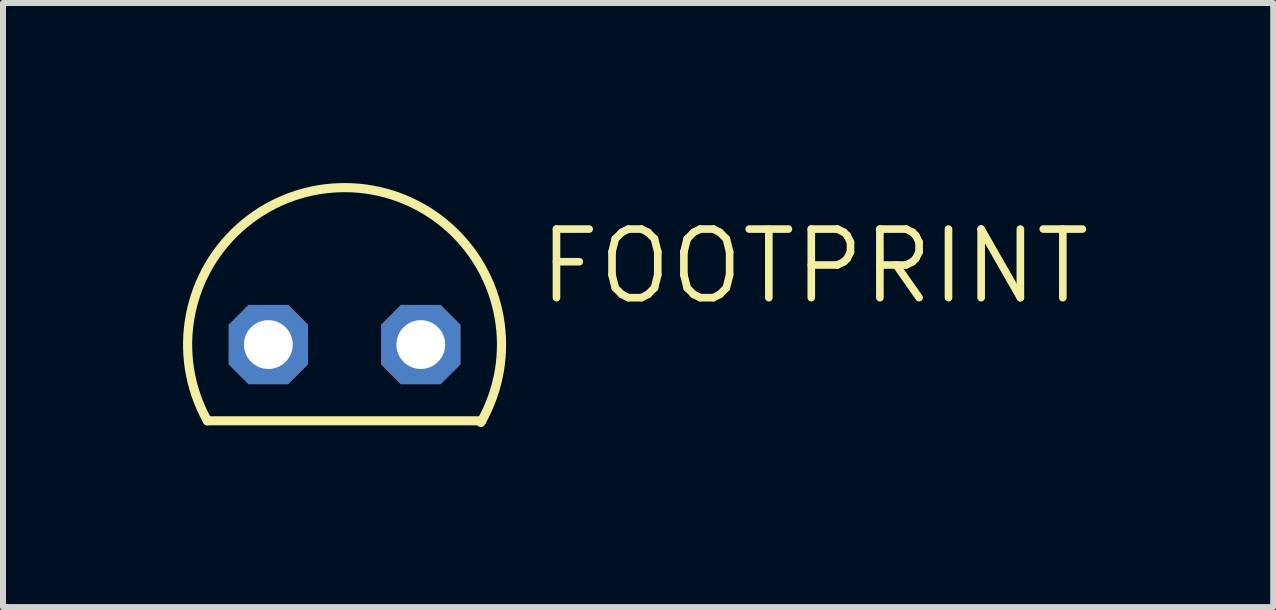
<source format=kicad_pcb>
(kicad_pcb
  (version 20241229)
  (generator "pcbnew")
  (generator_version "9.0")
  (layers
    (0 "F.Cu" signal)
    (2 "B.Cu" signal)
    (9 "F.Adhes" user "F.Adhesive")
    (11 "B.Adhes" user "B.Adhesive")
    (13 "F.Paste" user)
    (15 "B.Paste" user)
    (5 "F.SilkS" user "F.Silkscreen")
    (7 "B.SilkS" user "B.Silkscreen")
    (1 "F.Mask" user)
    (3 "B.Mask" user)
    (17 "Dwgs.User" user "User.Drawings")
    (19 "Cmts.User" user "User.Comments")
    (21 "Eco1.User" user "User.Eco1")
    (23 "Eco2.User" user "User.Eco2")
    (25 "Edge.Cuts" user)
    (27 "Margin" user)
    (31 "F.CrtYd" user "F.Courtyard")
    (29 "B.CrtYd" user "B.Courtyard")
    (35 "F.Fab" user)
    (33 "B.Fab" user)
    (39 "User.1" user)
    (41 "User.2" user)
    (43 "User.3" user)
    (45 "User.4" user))
  (footprint "FOOTPRINT"
    (layer "F.Cu")
    (at 2.691 2.691)
    (property "Reference" "FOOTPRINT" (at 3.175 -0.635 0) (layer "F.SilkS") (effects (font (size 1.143 1.143) (thickness 0.127)) (justify left bottom)))
    (fp_line (start -2.286 1.27) (end 2.286 1.27) (stroke (width 0.152) (type solid)) (layer "F.SilkS"))
    (fp_arc (start -2.286 1.27) (mid 0.015696 -2.615017) (end 2.270501 1.297401) (stroke (width 0.1524) (type solid)) (layer "F.SilkS"))
    (pad "1" thru_hole roundrect (at -1.27 0) (size 1.321 1.321) (drill 0.813) (layers "*.Cu" "*.Mask") (roundrect_rratio 0.25) (chamfer_ratio 0.25) (chamfer top_left top_right bottom_left bottom_right))
    (pad "2" thru_hole roundrect (at 1.27 0) (size 1.321 1.321) (drill 0.813) (layers "*.Cu" "*.Mask") (roundrect_rratio 0.25) (chamfer_ratio 0.25) (chamfer top_left top_right bottom_left bottom_right)))
  (gr_rect
    (start -3 -3)
    (end 18.163 7.065)
    (stroke (width 0.1) (type default))
    (fill no)
    (layer "Edge.Cuts")))
</source>
